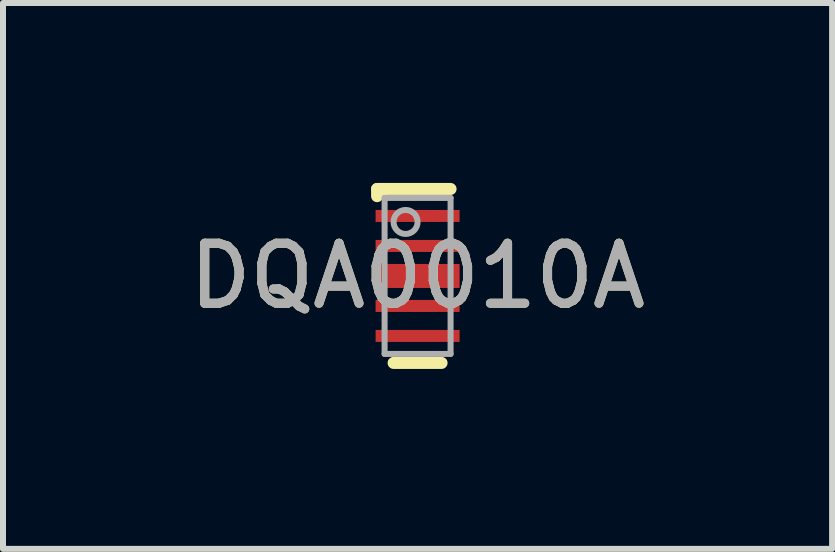
<source format=kicad_pcb>
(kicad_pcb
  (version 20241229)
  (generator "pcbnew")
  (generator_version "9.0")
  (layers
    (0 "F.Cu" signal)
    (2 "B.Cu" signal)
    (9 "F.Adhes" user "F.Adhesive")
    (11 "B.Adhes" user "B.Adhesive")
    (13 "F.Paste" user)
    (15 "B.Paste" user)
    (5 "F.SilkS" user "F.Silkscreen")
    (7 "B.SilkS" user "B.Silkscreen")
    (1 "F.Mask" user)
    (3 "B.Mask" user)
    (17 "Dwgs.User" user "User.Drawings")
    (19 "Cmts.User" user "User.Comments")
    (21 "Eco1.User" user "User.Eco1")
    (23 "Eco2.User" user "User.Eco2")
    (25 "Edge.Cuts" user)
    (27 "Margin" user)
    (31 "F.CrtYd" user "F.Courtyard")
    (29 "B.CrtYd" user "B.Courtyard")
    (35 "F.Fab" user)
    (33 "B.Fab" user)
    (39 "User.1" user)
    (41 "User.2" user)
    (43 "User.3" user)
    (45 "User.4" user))
  (footprint "DQA0010A"
    (layer "F.Cu")
    (at 3.911 1.55)
    (property "Reference" "DQA0010A" (at 0 0 0) (unlocked yes) (layer "F.SilkS") (effects (font (size 1 1) (thickness 0.15))))
    (attr smd)
    (fp_rect (start -0.7 -1.1) (end -0.15 -0.9) (stroke (width 0) (type solid)) (fill yes) (layer "F.Mask"))
    (fp_line (start -0.675 -1.45) (end -0.55 -1.45) (stroke (width 0.2) (type solid)) (layer "F.SilkS"))
    (fp_line (start -0.675 -1.33) (end -0.675 -1.45) (stroke (width 0.2) (type solid)) (layer "F.SilkS"))
    (fp_line (start -0.55 -1.45) (end 0.55 -1.45) (stroke (width 0.2) (type solid)) (layer "F.SilkS"))
    (fp_line (start -0.4 1.45) (end 0.4 1.45) (stroke (width 0.2) (type solid)) (layer "F.SilkS"))
    (fp_line (start -0.55 -1.3) (end 0.55 -1.3) (stroke (width 0.1) (type solid)) (layer "F.Fab"))
    (fp_line (start -0.55 1.3) (end -0.55 -1.3) (stroke (width 0.1) (type solid)) (layer "F.Fab"))
    (fp_line (start -0.55 1.3) (end 0.55 1.3) (stroke (width 0.1) (type solid)) (layer "F.Fab"))
    (fp_line (start 0.55 1.3) (end 0.55 -1.3) (stroke (width 0.1) (type solid)) (layer "F.Fab"))
    (fp_circle (center -0.2 -0.9) (end 0 -0.9) (stroke (width 0.1) (type solid)) (fill no) (layer "F.Fab"))
    (fp_text user "${REFERENCE}" (at 0 0 0) (unlocked yes) (layer "F.Fab") (effects (font (size 1 1) (thickness 0.15))))
    (pad "1" smd rect (at 0.000001 -1 90) (size 0.2 1.4) (layers "F.Cu" "F.Paste"))
    (pad "2" smd rect (at 0.000001 -0.5 90) (size 0.2 1.4) (layers "F.Cu" "F.Paste"))
    (pad "3" smd rect (at 0.000001 -0.000001 90) (size 0.4 1.4) (layers "F.Cu" "F.Paste"))
    (pad "4" smd rect (at 0.000001 0.5 90) (size 0.2 1.4) (layers "F.Cu" "F.Paste"))
    (pad "5" smd rect (at 0.000001 1 90) (size 0.2 1.4) (layers "F.Cu" "F.Paste"))
    (zone (net_name "") (layer "F.Mask") (hatch edge 0.5) (connect_pads) (min_thickness 0.25) (filled_areas_thickness no) (keepout (tracks not_allowed) (vias not_allowed) (pads not_allowed) (copperpour not_allowed) (footprints not_allowed)) (placement (enabled no)) (fill) (polygon (pts (xy 3.761 2.65) (xy 3.761 0.45) (xy 4.061 0.45) (xy 4.061 2.65)))))
  (gr_rect
    (start -3 -3)
    (end 10.821 6.1)
    (stroke (width 0.1) (type default))
    (fill no)
    (layer "Edge.Cuts")))
</source>
